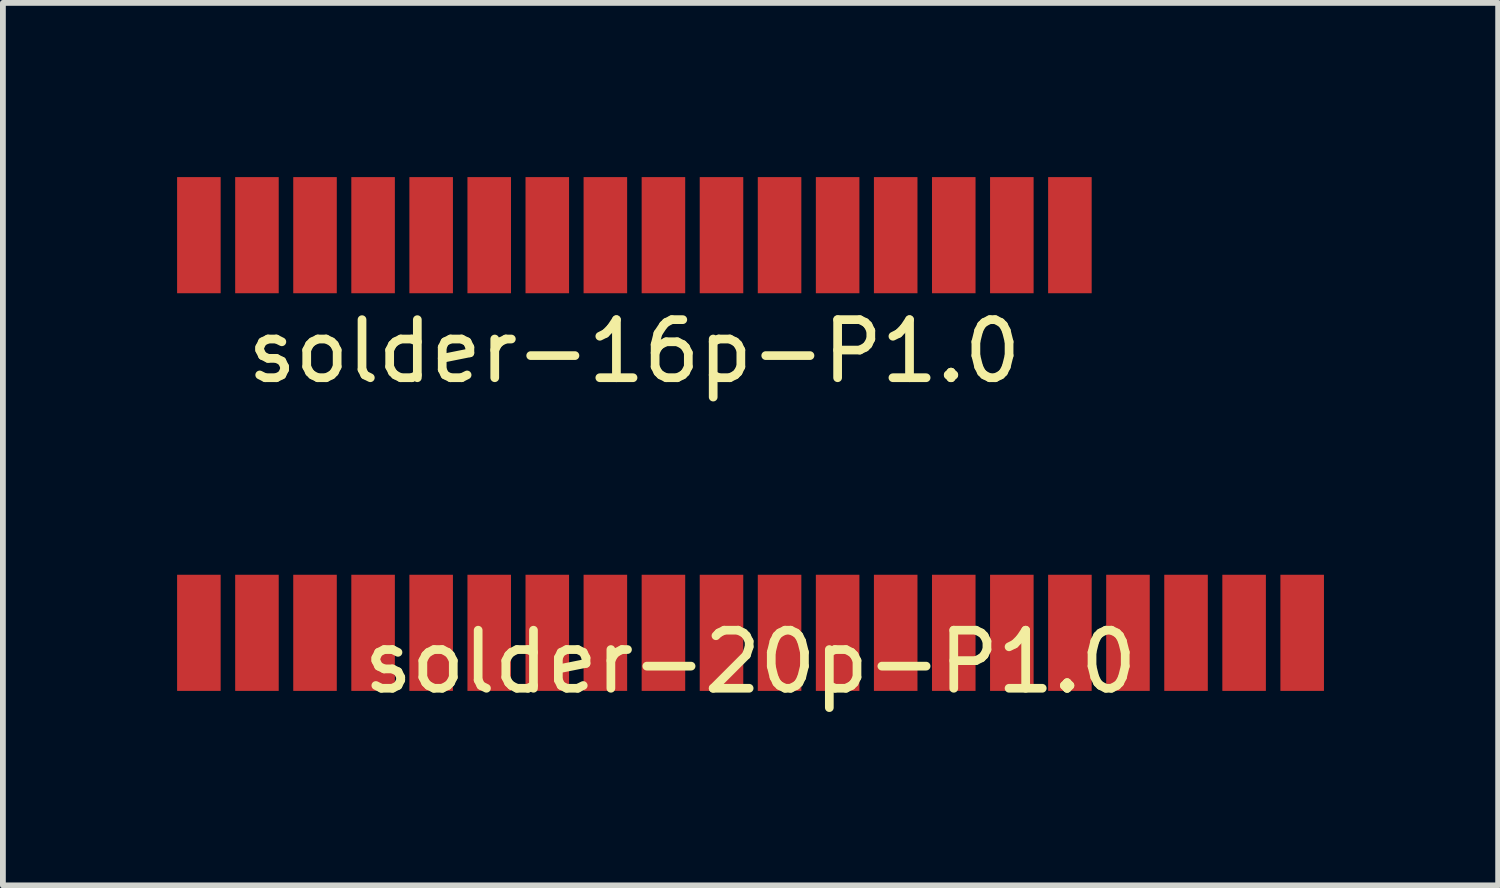
<source format=kicad_pcb>
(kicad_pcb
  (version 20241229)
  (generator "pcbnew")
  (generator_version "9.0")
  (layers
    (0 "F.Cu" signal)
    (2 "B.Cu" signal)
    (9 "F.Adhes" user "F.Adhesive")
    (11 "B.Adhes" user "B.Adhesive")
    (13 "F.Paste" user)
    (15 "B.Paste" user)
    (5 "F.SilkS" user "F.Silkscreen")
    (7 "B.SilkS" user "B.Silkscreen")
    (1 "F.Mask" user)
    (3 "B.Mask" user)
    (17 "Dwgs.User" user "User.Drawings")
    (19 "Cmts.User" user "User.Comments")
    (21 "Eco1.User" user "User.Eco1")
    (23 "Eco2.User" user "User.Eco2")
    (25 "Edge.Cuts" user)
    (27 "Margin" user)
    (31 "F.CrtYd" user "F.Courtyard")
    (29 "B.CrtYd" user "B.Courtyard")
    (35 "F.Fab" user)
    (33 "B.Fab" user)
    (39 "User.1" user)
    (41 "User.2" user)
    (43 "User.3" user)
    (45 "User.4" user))
  (footprint "solder-20p-P1.0"
    (layer "F.Cu")
    (at 9.875 7.848)
    (property "Reference" "solder-20p-P1.0" (at 0 0.5 0) (layer "F.SilkS") (effects (font (size 1 1) (thickness 0.15))))
    (attr through_hole)
    (pad "1" smd rect (at -9.5 0) (size 0.75 2) (layers "F.Cu" "F.Mask" "F.Paste"))
    (pad "2" smd rect (at -8.5 0) (size 0.75 2) (layers "F.Cu" "F.Mask" "F.Paste"))
    (pad "3" smd rect (at -7.5 0) (size 0.75 2) (layers "F.Cu" "F.Mask" "F.Paste"))
    (pad "4" smd rect (at -6.5 0) (size 0.75 2) (layers "F.Cu" "F.Mask" "F.Paste"))
    (pad "5" smd rect (at -5.5 0) (size 0.75 2) (layers "F.Cu" "F.Mask" "F.Paste"))
    (pad "6" smd rect (at -4.5 0) (size 0.75 2) (layers "F.Cu" "F.Mask" "F.Paste"))
    (pad "7" smd rect (at -3.5 0) (size 0.75 2) (layers "F.Cu" "F.Mask" "F.Paste"))
    (pad "8" smd rect (at -2.5 0) (size 0.75 2) (layers "F.Cu" "F.Mask" "F.Paste"))
    (pad "9" smd rect (at -1.5 0) (size 0.75 2) (layers "F.Cu" "F.Mask" "F.Paste"))
    (pad "10" smd rect (at -0.5 0) (size 0.75 2) (layers "F.Cu" "F.Mask" "F.Paste"))
    (pad "11" smd rect (at 0.5 0) (size 0.75 2) (layers "F.Cu" "F.Mask" "F.Paste"))
    (pad "12" smd rect (at 1.5 0) (size 0.75 2) (layers "F.Cu" "F.Mask" "F.Paste"))
    (pad "13" smd rect (at 2.5 0) (size 0.75 2) (layers "F.Cu" "F.Mask" "F.Paste"))
    (pad "14" smd rect (at 3.5 0) (size 0.75 2) (layers "F.Cu" "F.Mask" "F.Paste"))
    (pad "15" smd rect (at 4.5 0) (size 0.75 2) (layers "F.Cu" "F.Mask" "F.Paste"))
    (pad "16" smd rect (at 5.5 0) (size 0.75 2) (layers "F.Cu" "F.Mask" "F.Paste"))
    (pad "17" smd rect (at 6.5 0) (size 0.75 2) (layers "F.Cu" "F.Mask" "F.Paste"))
    (pad "18" smd rect (at 7.5 0) (size 0.75 2) (layers "F.Cu" "F.Mask" "F.Paste"))
    (pad "19" smd rect (at 8.5 0) (size 0.75 2) (layers "F.Cu" "F.Mask" "F.Paste"))
    (pad "20" smd rect (at 9.5 0) (size 0.75 2) (layers "F.Cu" "F.Mask" "F.Paste")))
  (footprint "solder-16p-P1.0"
    (layer "F.Cu")
    (at 7.875 1)
    (property "Reference" "solder-16p-P1.0" (at 0 2 0) (layer "F.SilkS") (effects (font (size 1 1) (thickness 0.15))))
    (attr through_hole)
    (pad "1" smd rect (at -7.5 0) (size 0.75 2) (layers "F.Cu" "F.Mask" "F.Paste"))
    (pad "2" smd rect (at -6.5 0) (size 0.75 2) (layers "F.Cu" "F.Mask" "F.Paste"))
    (pad "3" smd rect (at -5.5 0) (size 0.75 2) (layers "F.Cu" "F.Mask" "F.Paste"))
    (pad "4" smd rect (at -4.5 0) (size 0.75 2) (layers "F.Cu" "F.Mask" "F.Paste"))
    (pad "5" smd rect (at -3.5 0) (size 0.75 2) (layers "F.Cu" "F.Mask" "F.Paste"))
    (pad "6" smd rect (at -2.5 0) (size 0.75 2) (layers "F.Cu" "F.Mask" "F.Paste"))
    (pad "7" smd rect (at -1.5 0) (size 0.75 2) (layers "F.Cu" "F.Mask" "F.Paste"))
    (pad "8" smd rect (at -0.5 0) (size 0.75 2) (layers "F.Cu" "F.Mask" "F.Paste"))
    (pad "9" smd rect (at 0.5 0) (size 0.75 2) (layers "F.Cu" "F.Mask" "F.Paste"))
    (pad "10" smd rect (at 1.5 0) (size 0.75 2) (layers "F.Cu" "F.Mask" "F.Paste"))
    (pad "11" smd rect (at 2.5 0) (size 0.75 2) (layers "F.Cu" "F.Mask" "F.Paste"))
    (pad "12" smd rect (at 3.5 0) (size 0.75 2) (layers "F.Cu" "F.Mask" "F.Paste"))
    (pad "13" smd rect (at 4.5 0) (size 0.75 2) (layers "F.Cu" "F.Mask" "F.Paste"))
    (pad "14" smd rect (at 5.5 0) (size 0.75 2) (layers "F.Cu" "F.Mask" "F.Paste"))
    (pad "15" smd rect (at 6.5 0) (size 0.75 2) (layers "F.Cu" "F.Mask" "F.Paste"))
    (pad "16" smd rect (at 7.5 0) (size 0.75 2) (layers "F.Cu" "F.Mask" "F.Paste")))
  (gr_rect
    (start -3 -3)
    (end 22.75 12.197)
    (stroke (width 0.1) (type default))
    (fill no)
    (layer "Edge.Cuts")))
</source>
